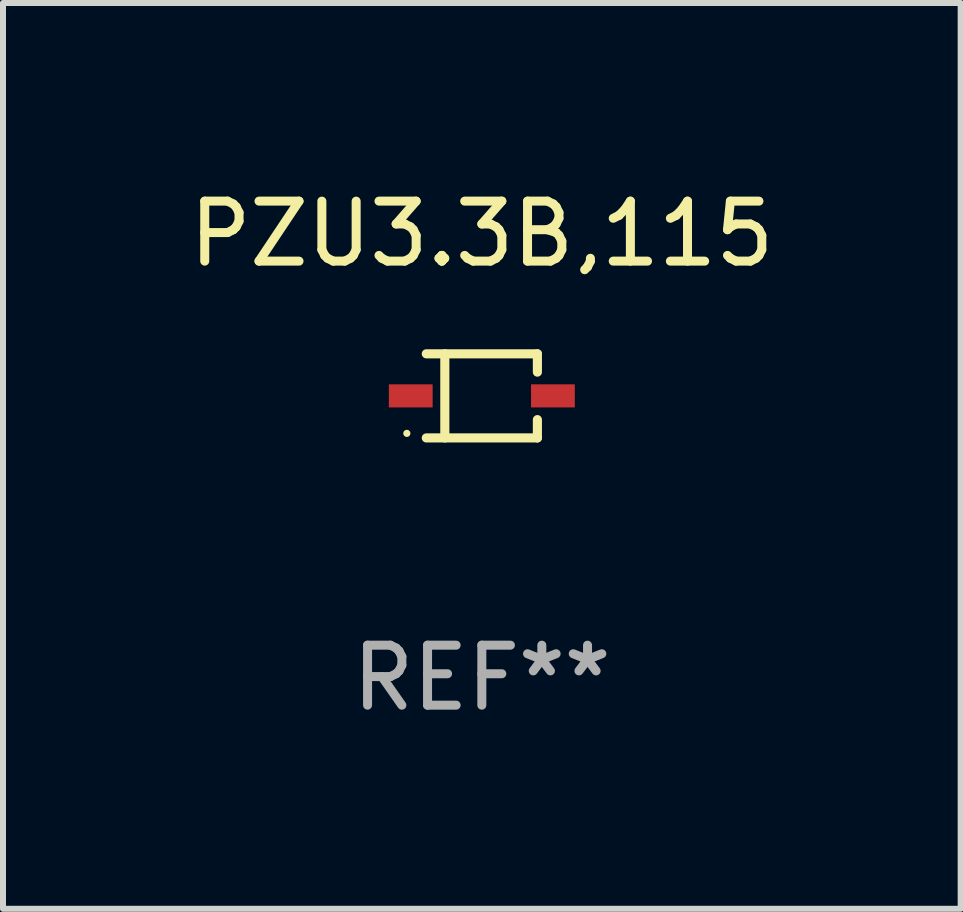
<source format=kicad_pcb>
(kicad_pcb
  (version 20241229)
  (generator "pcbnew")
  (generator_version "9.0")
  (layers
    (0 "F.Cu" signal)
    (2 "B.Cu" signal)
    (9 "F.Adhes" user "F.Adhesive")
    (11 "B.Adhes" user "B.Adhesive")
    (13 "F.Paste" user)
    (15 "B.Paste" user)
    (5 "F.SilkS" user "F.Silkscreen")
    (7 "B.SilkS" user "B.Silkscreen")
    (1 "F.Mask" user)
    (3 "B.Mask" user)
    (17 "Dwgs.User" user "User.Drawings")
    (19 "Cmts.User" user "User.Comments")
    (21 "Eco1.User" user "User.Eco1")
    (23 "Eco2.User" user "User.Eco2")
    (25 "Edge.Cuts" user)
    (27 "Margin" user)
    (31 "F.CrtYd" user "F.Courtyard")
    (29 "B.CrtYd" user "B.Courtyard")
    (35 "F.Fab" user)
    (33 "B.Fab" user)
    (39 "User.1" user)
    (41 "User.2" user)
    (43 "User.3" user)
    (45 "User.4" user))
  (footprint "PZU3.3B,115"
    (layer "F.Cu")
    (at 4.982 3.549)
    (property "Reference" "PZU3.3B,115" (at 0 -2.701 0) (layer "F.SilkS") (effects (font (size 1 1) (thickness 0.15))))
    (attr through_hole)
    (fp_line (start -0.926 -0.701) (end 0.926 -0.701) (stroke (width 0.152) (type solid)) (layer "F.SilkS"))
    (fp_line (start -0.926 0.701) (end 0.926 0.701) (stroke (width 0.152) (type solid)) (layer "F.SilkS"))
    (fp_line (start -0.617 -0.701) (end -0.617 0.701) (stroke (width 0.152) (type solid)) (layer "F.SilkS"))
    (fp_line (start 0.926 -0.701) (end 0.926 -0.396) (stroke (width 0.152) (type solid)) (layer "F.SilkS"))
    (fp_line (start 0.926 0.701) (end 0.926 0.396) (stroke (width 0.152) (type solid)) (layer "F.SilkS"))
    (fp_circle (center -1.25 0.625) (end -1.22 0.625) (stroke (width 0.06) (type solid)) (fill no) (layer "F.SilkS"))
    (fp_text user "REF**" (at 0 4.701 0) (layer "F.Fab") (effects (font (size 1 1) (thickness 0.15))))
    (pad "1" smd rect (at -1.185 0 180) (size 0.73 0.385) (layers "F.Cu" "F.Mask" "F.Paste"))
    (pad "2" smd rect (at 1.185 0 180) (size 0.73 0.385) (layers "F.Cu" "F.Mask" "F.Paste")))
  (gr_rect
    (start -3 -3)
    (end 12.964 12.099)
    (stroke (width 0.1) (type default))
    (fill no)
    (layer "Edge.Cuts")))
</source>
